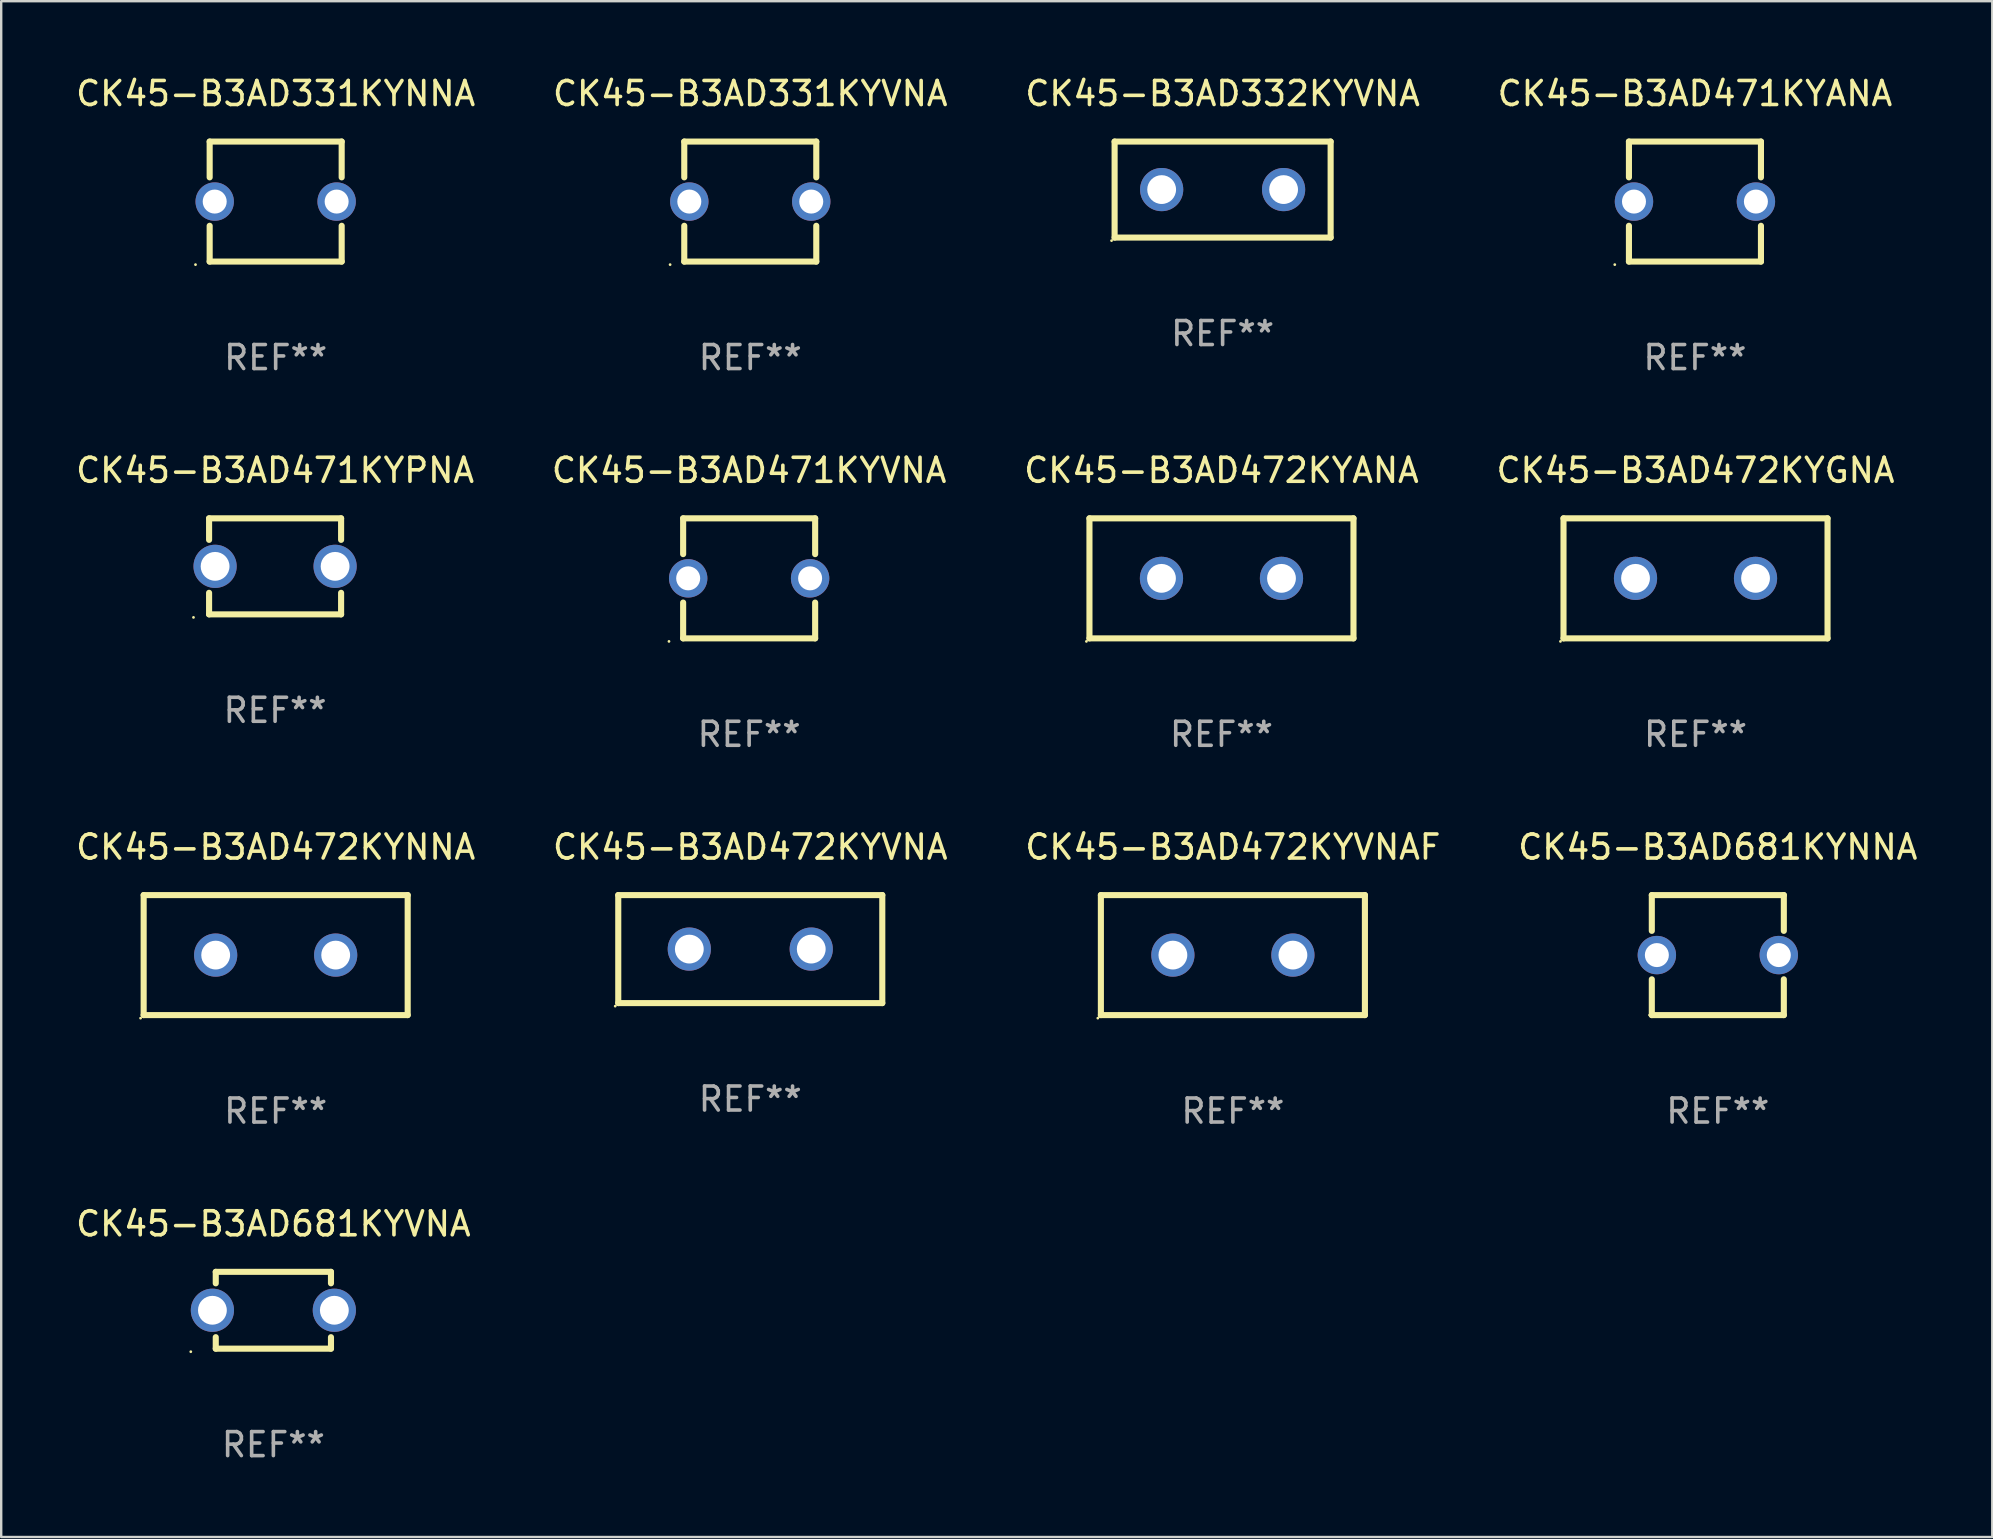
<source format=kicad_pcb>
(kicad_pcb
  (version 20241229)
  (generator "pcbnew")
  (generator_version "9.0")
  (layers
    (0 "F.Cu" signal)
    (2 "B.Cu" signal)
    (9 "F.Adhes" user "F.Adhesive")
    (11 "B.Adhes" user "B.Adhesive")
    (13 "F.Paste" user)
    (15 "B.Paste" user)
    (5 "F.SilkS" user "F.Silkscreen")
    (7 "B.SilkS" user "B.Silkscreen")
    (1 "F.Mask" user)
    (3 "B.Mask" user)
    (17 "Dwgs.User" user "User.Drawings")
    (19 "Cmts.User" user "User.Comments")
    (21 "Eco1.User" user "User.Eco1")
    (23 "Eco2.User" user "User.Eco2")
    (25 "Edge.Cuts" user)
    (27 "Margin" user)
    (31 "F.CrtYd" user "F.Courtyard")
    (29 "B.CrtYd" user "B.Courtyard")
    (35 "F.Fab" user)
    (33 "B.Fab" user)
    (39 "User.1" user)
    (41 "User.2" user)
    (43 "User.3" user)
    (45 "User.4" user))
  (footprint "CK45-B3AD472KYANA"
    (layer "F.Cu")
    (at 47.839 21.045)
    (property "Reference" "CK45-B3AD472KYANA" (at 0 -4.5 0) (layer "F.SilkS") (effects (font (size 1 1) (thickness 0.15))))
    (attr through_hole)
    (fp_line (start -5.5 -2.5) (end 5.5 -2.5) (stroke (width 0.254) (type solid)) (layer "F.SilkS"))
    (fp_line (start -5.5 2.5) (end -5.5 -2.5) (stroke (width 0.254) (type solid)) (layer "F.SilkS"))
    (fp_line (start 5.5 -2.5) (end 5.5 2.5) (stroke (width 0.254) (type solid)) (layer "F.SilkS"))
    (fp_line (start 5.5 2.5) (end -5.5 2.5) (stroke (width 0.254) (type solid)) (layer "F.SilkS"))
    (fp_circle (center -5.627 2.627) (end -5.597 2.627) (stroke (width 0.06) (type solid)) (fill no) (layer "F.SilkS"))
    (fp_text user "REF**" (at 0 6.5 0) (layer "F.Fab") (effects (font (size 1 1) (thickness 0.15))))
    (pad "1" thru_hole circle (at -2.5 0) (size 1.8 1.8) (drill 1.2) (layers "*.Cu" "*.Mask"))
    (pad "2" thru_hole circle (at 2.5 0) (size 1.8 1.8) (drill 1.2) (layers "*.Cu" "*.Mask")))
  (footprint "CK45-B3AD471KYPNA"
    (layer "F.Cu")
    (at 8.411 20.545)
    (property "Reference" "CK45-B3AD471KYPNA" (at 0 -4 0) (layer "F.SilkS") (effects (font (size 1 1) (thickness 0.15))))
    (attr through_hole)
    (fp_line (start -2.75 -2) (end -2.75 -1.103) (stroke (width 0.254) (type solid)) (layer "F.SilkS"))
    (fp_line (start -2.75 -2) (end 2.75 -2) (stroke (width 0.254) (type solid)) (layer "F.SilkS"))
    (fp_line (start -2.75 1.103) (end -2.75 2) (stroke (width 0.254) (type solid)) (layer "F.SilkS"))
    (fp_line (start 2.75 -2) (end 2.75 -1.103) (stroke (width 0.254) (type solid)) (layer "F.SilkS"))
    (fp_line (start 2.75 1.103) (end 2.75 2) (stroke (width 0.254) (type solid)) (layer "F.SilkS"))
    (fp_line (start 2.75 2) (end -2.75 2) (stroke (width 0.254) (type solid)) (layer "F.SilkS"))
    (fp_circle (center -3.4 2.127) (end -3.37 2.127) (stroke (width 0.06) (type solid)) (fill no) (layer "F.SilkS"))
    (fp_text user "REF**" (at 0 6 0) (layer "F.Fab") (effects (font (size 1 1) (thickness 0.15))))
    (pad "1" thru_hole circle (at -2.5 0) (size 1.8 1.8) (drill 1.2) (layers "*.Cu" "*.Mask"))
    (pad "2" thru_hole circle (at 2.5 0) (size 1.8 1.8) (drill 1.2) (layers "*.Cu" "*.Mask")))
  (footprint "CK45-B3AD471KYANA"
    (layer "F.Cu")
    (at 67.565 5.348)
    (property "Reference" "CK45-B3AD471KYANA" (at 0 -4.5 0) (layer "F.SilkS") (effects (font (size 1 1) (thickness 0.15))))
    (attr through_hole)
    (fp_line (start -2.75 -2.5) (end 2.75 -2.5) (stroke (width 0.254) (type solid)) (layer "F.SilkS"))
    (fp_line (start -2.75 -1.009) (end -2.75 -2.5) (stroke (width 0.254) (type solid)) (layer "F.SilkS"))
    (fp_line (start -2.75 2.5) (end -2.75 1.009) (stroke (width 0.254) (type solid)) (layer "F.SilkS"))
    (fp_line (start 2.75 -2.5) (end 2.75 -1.009) (stroke (width 0.254) (type solid)) (layer "F.SilkS"))
    (fp_line (start 2.75 1.009) (end 2.75 2.5) (stroke (width 0.254) (type solid)) (layer "F.SilkS"))
    (fp_line (start 2.75 2.5) (end -2.75 2.5) (stroke (width 0.254) (type solid)) (layer "F.SilkS"))
    (fp_circle (center -3.34 2.627) (end -3.31 2.627) (stroke (width 0.06) (type solid)) (fill no) (layer "F.SilkS"))
    (fp_text user "REF**" (at 0 6.5 0) (layer "F.Fab") (effects (font (size 1 1) (thickness 0.15))))
    (pad "1" thru_hole circle (at -2.54 0) (size 1.6 1.6) (drill 1) (layers "*.Cu" "*.Mask"))
    (pad "2" thru_hole circle (at 2.54 0) (size 1.6 1.6) (drill 1) (layers "*.Cu" "*.Mask")))
  (footprint "CK45-B3AD472KYNNA"
    (layer "F.Cu")
    (at 8.435 36.741)
    (property "Reference" "CK45-B3AD472KYNNA" (at 0 -4.5 0) (layer "F.SilkS") (effects (font (size 1 1) (thickness 0.15))))
    (attr through_hole)
    (fp_line (start -5.5 -2.5) (end 5.5 -2.5) (stroke (width 0.254) (type solid)) (layer "F.SilkS"))
    (fp_line (start -5.5 2.5) (end -5.5 -2.5) (stroke (width 0.254) (type solid)) (layer "F.SilkS"))
    (fp_line (start 5.5 -2.5) (end 5.5 2.5) (stroke (width 0.254) (type solid)) (layer "F.SilkS"))
    (fp_line (start 5.5 2.5) (end -5.5 2.5) (stroke (width 0.254) (type solid)) (layer "F.SilkS"))
    (fp_circle (center -5.627 2.627) (end -5.597 2.627) (stroke (width 0.06) (type solid)) (fill no) (layer "F.SilkS"))
    (fp_text user "REF**" (at 0 6.5 0) (layer "F.Fab") (effects (font (size 1 1) (thickness 0.15))))
    (pad "1" thru_hole circle (at -2.5 0) (size 1.8 1.8) (drill 1.2) (layers "*.Cu" "*.Mask"))
    (pad "2" thru_hole circle (at 2.5 0) (size 1.8 1.8) (drill 1.2) (layers "*.Cu" "*.Mask")))
  (footprint "CK45-B3AD331KYVNA"
    (layer "F.Cu")
    (at 28.208 5.348)
    (property "Reference" "CK45-B3AD331KYVNA" (at 0 -4.5 0) (layer "F.SilkS") (effects (font (size 1 1) (thickness 0.15))))
    (attr through_hole)
    (fp_line (start -2.75 -2.5) (end 2.75 -2.5) (stroke (width 0.254) (type solid)) (layer "F.SilkS"))
    (fp_line (start -2.75 -1.009) (end -2.75 -2.5) (stroke (width 0.254) (type solid)) (layer "F.SilkS"))
    (fp_line (start -2.75 2.5) (end -2.75 1.009) (stroke (width 0.254) (type solid)) (layer "F.SilkS"))
    (fp_line (start 2.75 -2.5) (end 2.75 -1.009) (stroke (width 0.254) (type solid)) (layer "F.SilkS"))
    (fp_line (start 2.75 1.009) (end 2.75 2.5) (stroke (width 0.254) (type solid)) (layer "F.SilkS"))
    (fp_line (start 2.75 2.5) (end -2.75 2.5) (stroke (width 0.254) (type solid)) (layer "F.SilkS"))
    (fp_circle (center -3.34 2.627) (end -3.31 2.627) (stroke (width 0.06) (type solid)) (fill no) (layer "F.SilkS"))
    (fp_text user "REF**" (at 0 6.5 0) (layer "F.Fab") (effects (font (size 1 1) (thickness 0.15))))
    (pad "1" thru_hole circle (at -2.54 0) (size 1.6 1.6) (drill 1) (layers "*.Cu" "*.Mask"))
    (pad "2" thru_hole circle (at 2.54 0) (size 1.6 1.6) (drill 1) (layers "*.Cu" "*.Mask")))
  (footprint "CK45-B3AD681KYVNA"
    (layer "F.Cu")
    (at 8.339 51.538)
    (property "Reference" "CK45-B3AD681KYVNA" (at 0 -3.6 0) (layer "F.SilkS") (effects (font (size 1 1) (thickness 0.15))))
    (attr through_hole)
    (fp_line (start -2.4 -1.6) (end -2.4 -1.122) (stroke (width 0.254) (type solid)) (layer "F.SilkS"))
    (fp_line (start -2.4 -1.6) (end 2.4 -1.6) (stroke (width 0.254) (type solid)) (layer "F.SilkS"))
    (fp_line (start -2.4 1.122) (end -2.4 1.6) (stroke (width 0.254) (type solid)) (layer "F.SilkS"))
    (fp_line (start 2.4 -1.6) (end 2.4 -1.122) (stroke (width 0.254) (type solid)) (layer "F.SilkS"))
    (fp_line (start 2.4 1.122) (end 2.4 1.6) (stroke (width 0.254) (type solid)) (layer "F.SilkS"))
    (fp_line (start 2.4 1.6) (end -2.4 1.6) (stroke (width 0.254) (type solid)) (layer "F.SilkS"))
    (fp_circle (center -3.44 1.727) (end -3.41 1.727) (stroke (width 0.06) (type solid)) (fill no) (layer "F.SilkS"))
    (fp_text user "REF**" (at 0 5.6 0) (layer "F.Fab") (effects (font (size 1 1) (thickness 0.15))))
    (pad "1" thru_hole circle (at -2.54 0) (size 1.8 1.8) (drill 1.2) (layers "*.Cu" "*.Mask"))
    (pad "2" thru_hole circle (at 2.54 0) (size 1.8 1.8) (drill 1.2) (layers "*.Cu" "*.Mask")))
  (footprint "CK45-B3AD472KYGNA"
    (layer "F.Cu")
    (at 67.589 21.045)
    (property "Reference" "CK45-B3AD472KYGNA" (at 0 -4.5 0) (layer "F.SilkS") (effects (font (size 1 1) (thickness 0.15))))
    (attr through_hole)
    (fp_line (start -5.5 -2.5) (end 5.5 -2.5) (stroke (width 0.254) (type solid)) (layer "F.SilkS"))
    (fp_line (start -5.5 2.5) (end -5.5 -2.5) (stroke (width 0.254) (type solid)) (layer "F.SilkS"))
    (fp_line (start 5.5 -2.5) (end 5.5 2.5) (stroke (width 0.254) (type solid)) (layer "F.SilkS"))
    (fp_line (start 5.5 2.5) (end -5.5 2.5) (stroke (width 0.254) (type solid)) (layer "F.SilkS"))
    (fp_circle (center -5.627 2.627) (end -5.597 2.627) (stroke (width 0.06) (type solid)) (fill no) (layer "F.SilkS"))
    (fp_text user "REF**" (at 0 6.5 0) (layer "F.Fab") (effects (font (size 1 1) (thickness 0.15))))
    (pad "1" thru_hole circle (at -2.5 0) (size 1.8 1.8) (drill 1.2) (layers "*.Cu" "*.Mask"))
    (pad "2" thru_hole circle (at 2.5 0) (size 1.8 1.8) (drill 1.2) (layers "*.Cu" "*.Mask")))
  (footprint "CK45-B3AD681KYNNA"
    (layer "F.Cu")
    (at 68.518 36.741)
    (property "Reference" "CK45-B3AD681KYNNA" (at 0 -4.5 0) (layer "F.SilkS") (effects (font (size 1 1) (thickness 0.15))))
    (attr through_hole)
    (fp_line (start -2.75 -2.5) (end -2.75 -1.009) (stroke (width 0.254) (type solid)) (layer "F.SilkS"))
    (fp_line (start -2.75 -2.5) (end 2.75 -2.5) (stroke (width 0.254) (type solid)) (layer "F.SilkS"))
    (fp_line (start -2.75 1.009) (end -2.75 2.5) (stroke (width 0.254) (type solid)) (layer "F.SilkS"))
    (fp_line (start -2.75 2.5) (end 2.75 2.5) (stroke (width 0.254) (type solid)) (layer "F.SilkS"))
    (fp_line (start 2.75 -2.5) (end 2.75 -1.009) (stroke (width 0.254) (type solid)) (layer "F.SilkS"))
    (fp_line (start 2.75 1.009) (end 2.75 2.5) (stroke (width 0.254) (type solid)) (layer "F.SilkS"))
    (fp_circle (center -2.84 2.5) (end -2.81 2.5) (stroke (width 0.06) (type solid)) (fill no) (layer "F.SilkS"))
    (fp_text user "REF**" (at 0 6.5 0) (layer "F.Fab") (effects (font (size 1 1) (thickness 0.15))))
    (pad "1" thru_hole circle (at -2.54 0) (size 1.6 1.6) (drill 1) (layers "*.Cu" "*.Mask"))
    (pad "2" thru_hole circle (at 2.54 0) (size 1.6 1.6) (drill 1) (layers "*.Cu" "*.Mask")))
  (footprint "CK45-B3AD472KYVNA"
    (layer "F.Cu")
    (at 28.208 36.491)
    (property "Reference" "CK45-B3AD472KYVNA" (at 0 -4.25 0) (layer "F.SilkS") (effects (font (size 1 1) (thickness 0.15))))
    (attr through_hole)
    (fp_line (start -5.5 -2.25) (end 5.5 -2.25) (stroke (width 0.254) (type solid)) (layer "F.SilkS"))
    (fp_line (start -5.5 2.25) (end -5.5 -2.25) (stroke (width 0.254) (type solid)) (layer "F.SilkS"))
    (fp_line (start 5.5 -2.25) (end 5.5 2.25) (stroke (width 0.254) (type solid)) (layer "F.SilkS"))
    (fp_line (start 5.5 2.25) (end -5.5 2.25) (stroke (width 0.254) (type solid)) (layer "F.SilkS"))
    (fp_circle (center -5.627 2.377) (end -5.597 2.377) (stroke (width 0.06) (type solid)) (fill no) (layer "F.SilkS"))
    (fp_text user "REF**" (at 0 6.25 0) (layer "F.Fab") (effects (font (size 1 1) (thickness 0.15))))
    (pad "1" thru_hole circle (at -2.54 0) (size 1.8 1.8) (drill 1.2) (layers "*.Cu" "*.Mask"))
    (pad "2" thru_hole circle (at 2.54 0) (size 1.8 1.8) (drill 1.2) (layers "*.Cu" "*.Mask")))
  (footprint "CK45-B3AD471KYVNA"
    (layer "F.Cu")
    (at 28.161 21.045)
    (property "Reference" "CK45-B3AD471KYVNA" (at 0 -4.5 0) (layer "F.SilkS") (effects (font (size 1 1) (thickness 0.15))))
    (attr through_hole)
    (fp_line (start -2.75 -2.5) (end 2.75 -2.5) (stroke (width 0.254) (type solid)) (layer "F.SilkS"))
    (fp_line (start -2.75 -1.009) (end -2.75 -2.5) (stroke (width 0.254) (type solid)) (layer "F.SilkS"))
    (fp_line (start -2.75 2.5) (end -2.75 1.009) (stroke (width 0.254) (type solid)) (layer "F.SilkS"))
    (fp_line (start 2.75 -2.5) (end 2.75 -1.009) (stroke (width 0.254) (type solid)) (layer "F.SilkS"))
    (fp_line (start 2.75 1.009) (end 2.75 2.5) (stroke (width 0.254) (type solid)) (layer "F.SilkS"))
    (fp_line (start 2.75 2.5) (end -2.75 2.5) (stroke (width 0.254) (type solid)) (layer "F.SilkS"))
    (fp_circle (center -3.34 2.627) (end -3.31 2.627) (stroke (width 0.06) (type solid)) (fill no) (layer "F.SilkS"))
    (fp_text user "REF**" (at 0 6.5 0) (layer "F.Fab") (effects (font (size 1 1) (thickness 0.15))))
    (pad "1" thru_hole circle (at -2.54 0) (size 1.6 1.6) (drill 1) (layers "*.Cu" "*.Mask"))
    (pad "2" thru_hole circle (at 2.54 0) (size 1.6 1.6) (drill 1) (layers "*.Cu" "*.Mask")))
  (footprint "CK45-B3AD472KYVNAF"
    (layer "F.Cu")
    (at 48.315 36.741)
    (property "Reference" "CK45-B3AD472KYVNAF" (at 0 -4.5 0) (layer "F.SilkS") (effects (font (size 1 1) (thickness 0.15))))
    (attr through_hole)
    (fp_line (start -5.5 -2.5) (end 5.5 -2.5) (stroke (width 0.254) (type solid)) (layer "F.SilkS"))
    (fp_line (start -5.5 2.5) (end -5.5 -2.5) (stroke (width 0.254) (type solid)) (layer "F.SilkS"))
    (fp_line (start 5.5 -2.5) (end 5.5 2.5) (stroke (width 0.254) (type solid)) (layer "F.SilkS"))
    (fp_line (start 5.5 2.5) (end -5.5 2.5) (stroke (width 0.254) (type solid)) (layer "F.SilkS"))
    (fp_circle (center -5.627 2.627) (end -5.597 2.627) (stroke (width 0.06) (type solid)) (fill no) (layer "F.SilkS"))
    (fp_text user "REF**" (at 0 6.5 0) (layer "F.Fab") (effects (font (size 1 1) (thickness 0.15))))
    (pad "1" thru_hole circle (at -2.5 0) (size 1.8 1.8) (drill 1.2) (layers "*.Cu" "*.Mask"))
    (pad "2" thru_hole circle (at 2.5 0) (size 1.8 1.8) (drill 1.2) (layers "*.Cu" "*.Mask")))
  (footprint "CK45-B3AD331KYNNA"
    (layer "F.Cu")
    (at 8.435 5.348)
    (property "Reference" "CK45-B3AD331KYNNA" (at 0 -4.5 0) (layer "F.SilkS") (effects (font (size 1 1) (thickness 0.15))))
    (attr through_hole)
    (fp_line (start -2.75 -2.5) (end 2.75 -2.5) (stroke (width 0.254) (type solid)) (layer "F.SilkS"))
    (fp_line (start -2.75 -1.009) (end -2.75 -2.5) (stroke (width 0.254) (type solid)) (layer "F.SilkS"))
    (fp_line (start -2.75 2.5) (end -2.75 1.009) (stroke (width 0.254) (type solid)) (layer "F.SilkS"))
    (fp_line (start 2.75 -2.5) (end 2.75 -1.009) (stroke (width 0.254) (type solid)) (layer "F.SilkS"))
    (fp_line (start 2.75 1.009) (end 2.75 2.5) (stroke (width 0.254) (type solid)) (layer "F.SilkS"))
    (fp_line (start 2.75 2.5) (end -2.75 2.5) (stroke (width 0.254) (type solid)) (layer "F.SilkS"))
    (fp_circle (center -3.34 2.627) (end -3.31 2.627) (stroke (width 0.06) (type solid)) (fill no) (layer "F.SilkS"))
    (fp_text user "REF**" (at 0 6.5 0) (layer "F.Fab") (effects (font (size 1 1) (thickness 0.15))))
    (pad "1" thru_hole circle (at -2.54 0) (size 1.6 1.6) (drill 1) (layers "*.Cu" "*.Mask"))
    (pad "2" thru_hole circle (at 2.54 0) (size 1.6 1.6) (drill 1) (layers "*.Cu" "*.Mask")))
  (footprint "CK45-B3AD332KYVNA"
    (layer "F.Cu")
    (at 47.887 4.848)
    (property "Reference" "CK45-B3AD332KYVNA" (at 0 -4 0) (layer "F.SilkS") (effects (font (size 1 1) (thickness 0.15))))
    (attr through_hole)
    (fp_line (start -4.5 -2) (end 4.5 -2) (stroke (width 0.254) (type solid)) (layer "F.SilkS"))
    (fp_line (start -4.5 2) (end -4.5 -2) (stroke (width 0.254) (type solid)) (layer "F.SilkS"))
    (fp_line (start 4.5 -2) (end 4.5 2) (stroke (width 0.254) (type solid)) (layer "F.SilkS"))
    (fp_line (start 4.5 2) (end -4.5 2) (stroke (width 0.254) (type solid)) (layer "F.SilkS"))
    (fp_circle (center -4.627 2.127) (end -4.597 2.127) (stroke (width 0.06) (type solid)) (fill no) (layer "F.SilkS"))
    (fp_text user "REF**" (at 0 6 0) (layer "F.Fab") (effects (font (size 1 1) (thickness 0.15))))
    (pad "1" thru_hole circle (at -2.54 0) (size 1.8 1.8) (drill 1.2) (layers "*.Cu" "*.Mask"))
    (pad "2" thru_hole circle (at 2.54 0) (size 1.8 1.8) (drill 1.2) (layers "*.Cu" "*.Mask")))
  (gr_rect
    (start -3 -3)
    (end 79.952 60.986)
    (stroke (width 0.1) (type default))
    (fill no)
    (layer "Edge.Cuts")))
</source>
